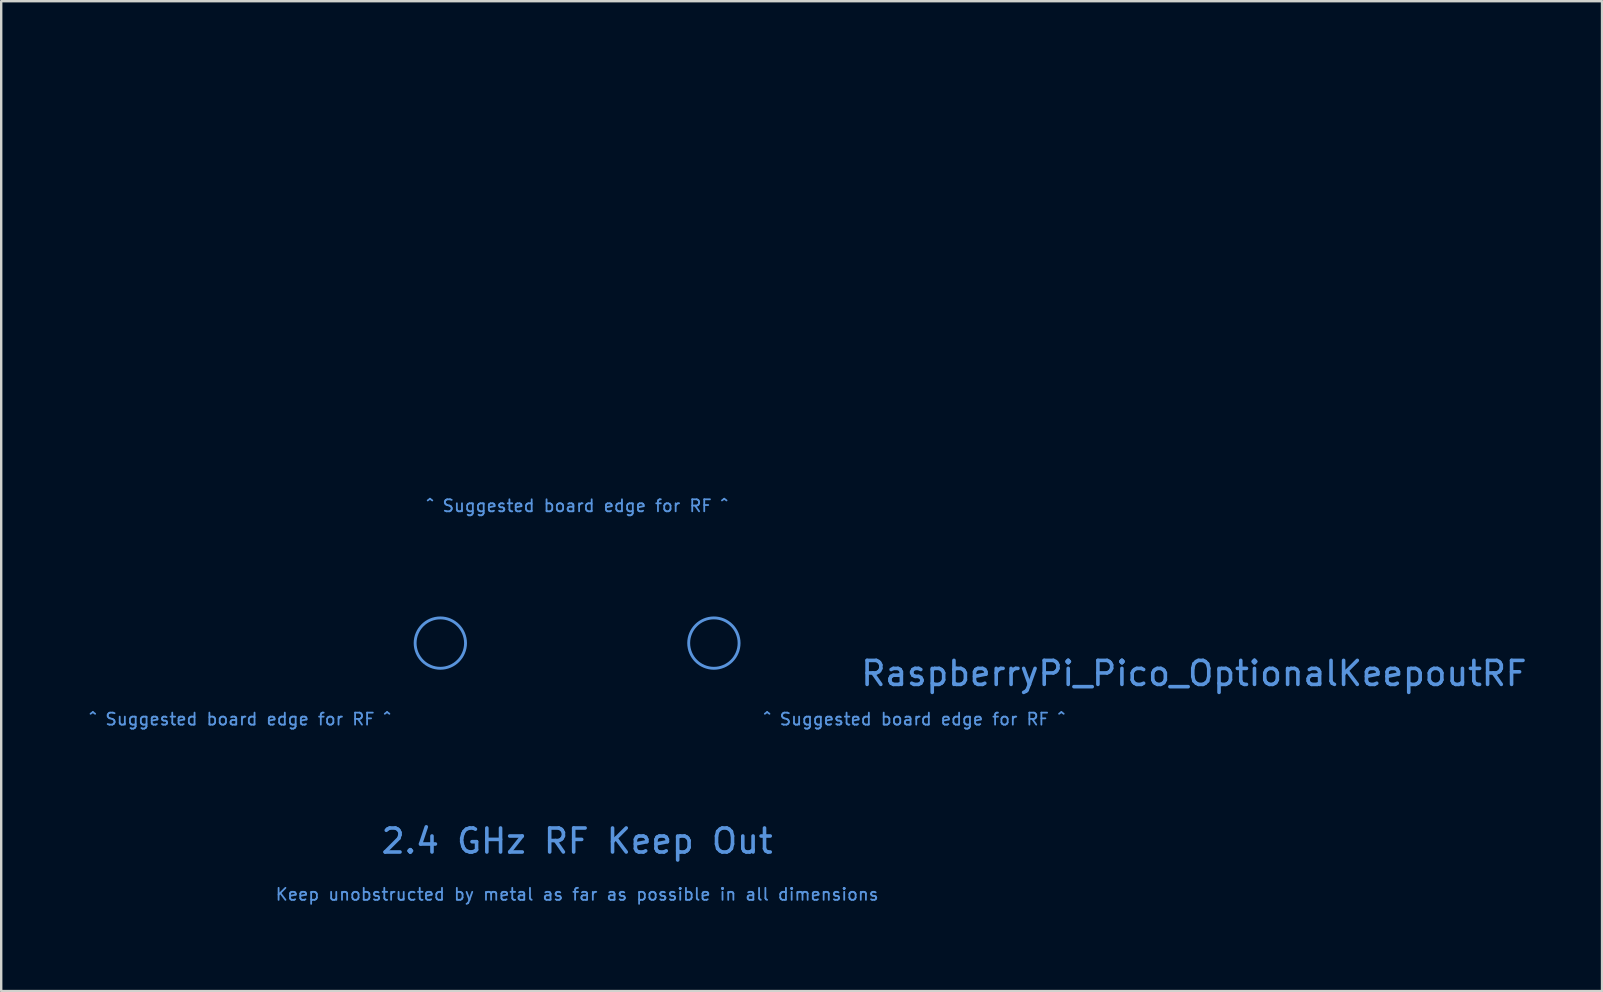
<source format=kicad_pcb>
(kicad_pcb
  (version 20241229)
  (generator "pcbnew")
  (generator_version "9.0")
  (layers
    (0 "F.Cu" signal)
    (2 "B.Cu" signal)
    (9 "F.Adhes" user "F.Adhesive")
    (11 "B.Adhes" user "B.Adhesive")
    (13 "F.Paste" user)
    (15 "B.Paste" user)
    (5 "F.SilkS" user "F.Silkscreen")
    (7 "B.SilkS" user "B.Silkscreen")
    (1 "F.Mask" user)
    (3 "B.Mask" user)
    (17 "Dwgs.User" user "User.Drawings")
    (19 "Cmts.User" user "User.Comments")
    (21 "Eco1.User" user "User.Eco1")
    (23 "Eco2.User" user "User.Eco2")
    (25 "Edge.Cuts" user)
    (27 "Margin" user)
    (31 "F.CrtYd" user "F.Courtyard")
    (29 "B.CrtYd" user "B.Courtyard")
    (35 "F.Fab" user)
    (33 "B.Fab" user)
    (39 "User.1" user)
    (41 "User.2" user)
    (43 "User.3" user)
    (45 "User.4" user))
  (footprint "RaspberryPi_Pico_OptionalKeepoutRF"
    (layer "F.Cu")
    (at 21 0.25)
    (property "Reference" "RaspberryPi_Pico_OptionalKeepoutRF" (at 11.748 24.765 0) (unlocked yes) (layer "Cmts.User") (effects (font (size 1 1) (thickness 0.15)) (justify left)))
    (attr board_only exclude_from_pos_files exclude_from_bom allow_missing_courtyard)
    (fp_circle (center -5.7 23.5) (end -4.65 23.5) (stroke (width 0.12) (type solid)) (fill no) (layer "Cmts.User"))
    (fp_circle (center 5.7 23.5) (end 6.75 23.5) (stroke (width 0.12) (type solid)) (fill no) (layer "Cmts.User"))
    (fp_text user "^ Suggested board edge for RF ^" (at -14.05 26.67 0) (unlocked yes) (layer "Cmts.User") (effects (font (size 0.5 0.5) (thickness 0.075))))
    (fp_text user "^ Suggested board edge for RF ^" (at 14.05 26.67 0) (unlocked yes) (layer "Cmts.User") (effects (font (size 0.5 0.5) (thickness 0.075))))
    (fp_text user "2.4 GHz RF Keep Out" (at 0 31.75 0) (unlocked yes) (layer "Cmts.User") (effects (font (size 1 1) (thickness 0.15))))
    (fp_text user "Keep unobstructed by metal as far as possible in all dimensions" (at 0 33.972 0) (unlocked yes) (layer "Cmts.User") (effects (font (size 0.5 0.5) (thickness 0.075))))
    (fp_text user "^ Suggested board edge for RF ^" (at 0 17.78 0) (unlocked yes) (layer "Cmts.User") (effects (font (size 0.5 0.5) (thickness 0.075))))
    (zone (net_name "") (layers "F.Cu" "B.Cu" "F.Paste" "B.Paste") (name "RF Copper Keep Out") (hatch full 0.5) (connect_pads) (min_thickness 0.254) (filled_areas_thickness no) (keepout (tracks not_allowed) (vias not_allowed) (pads not_allowed) (copperpour not_allowed) (footprints not_allowed)) (placement (enabled no)) (fill) (polygon (pts (xy 0 25.25) (xy 42 25.25) (xy 42 35.25) (xy 0 35.25))))
    (zone (net_name "") (layer "Edge.Cuts") (name "Board Keep Out Suggestion RF") (hatch edge 0.5) (connect_pads) (min_thickness 0.254) (filled_areas_thickness no) (keepout (tracks allowed) (vias allowed) (pads allowed) (copperpour allowed) (footprints allowed)) (placement (enabled no)) (fill) (polygon (pts (xy 28.1 26.25) (xy 42 26.25) (xy 42 35.25) (xy 0 35.25) (xy 0 26.25) (xy 13.9 26.25) (xy 13.9 17.25) (xy 28.1 17.25)))))
  (gr_rect
    (start -3 -3)
    (end 63.712 38.25)
    (stroke (width 0.1) (type default))
    (fill no)
    (layer "Edge.Cuts")))
</source>
